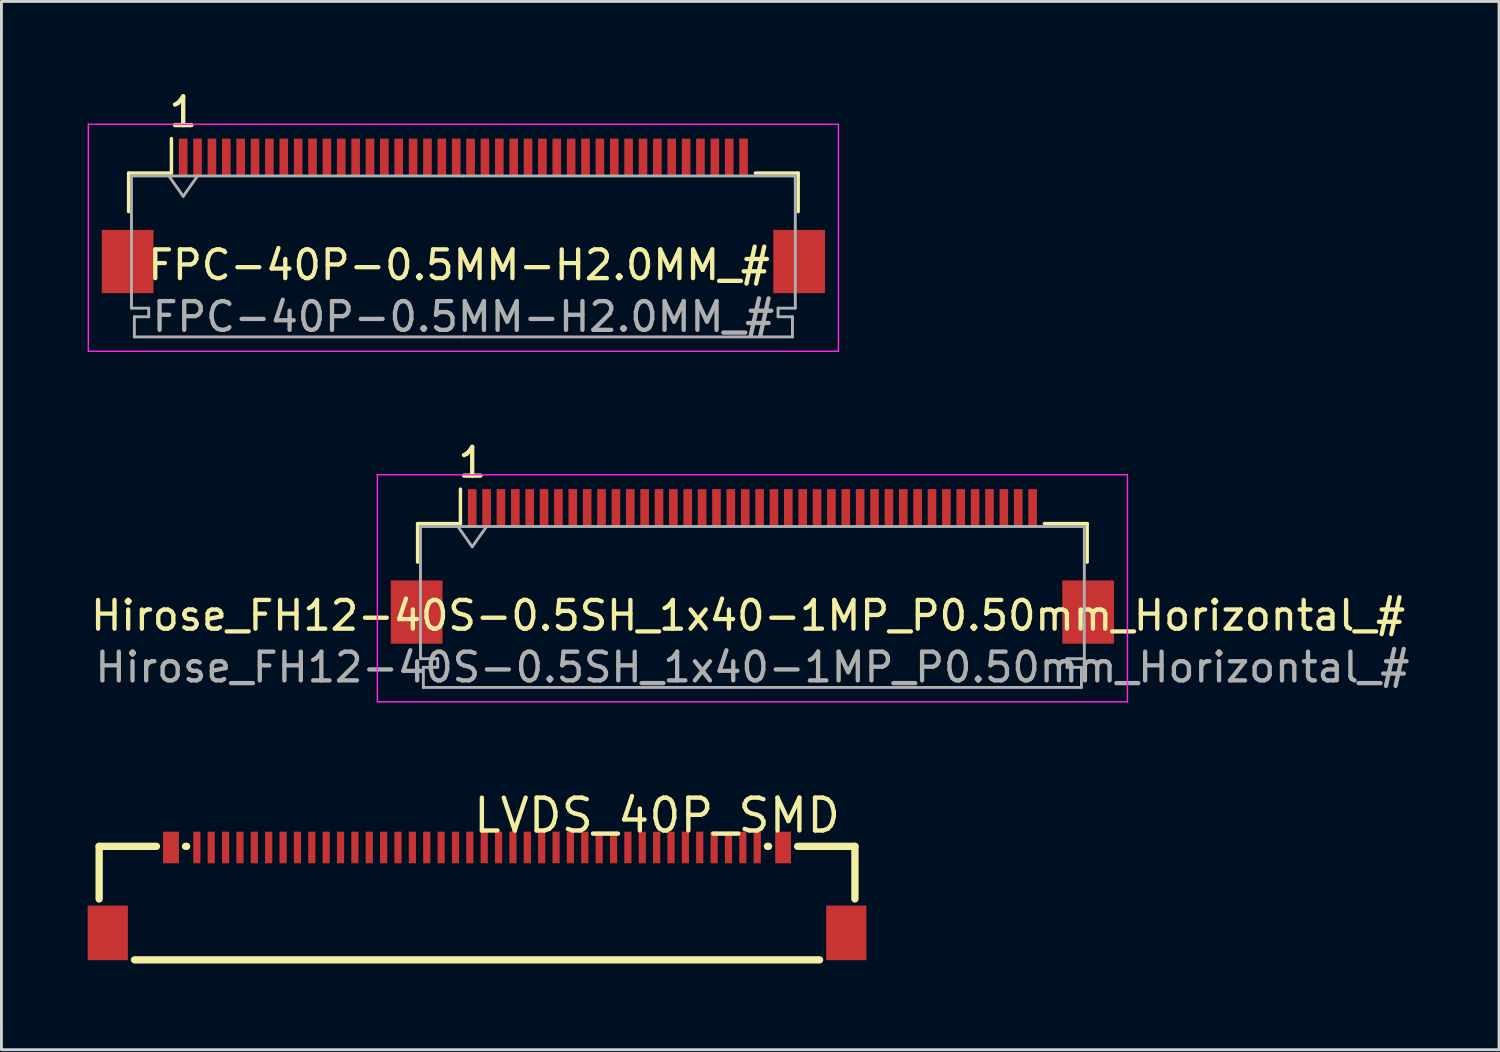
<source format=kicad_pcb>
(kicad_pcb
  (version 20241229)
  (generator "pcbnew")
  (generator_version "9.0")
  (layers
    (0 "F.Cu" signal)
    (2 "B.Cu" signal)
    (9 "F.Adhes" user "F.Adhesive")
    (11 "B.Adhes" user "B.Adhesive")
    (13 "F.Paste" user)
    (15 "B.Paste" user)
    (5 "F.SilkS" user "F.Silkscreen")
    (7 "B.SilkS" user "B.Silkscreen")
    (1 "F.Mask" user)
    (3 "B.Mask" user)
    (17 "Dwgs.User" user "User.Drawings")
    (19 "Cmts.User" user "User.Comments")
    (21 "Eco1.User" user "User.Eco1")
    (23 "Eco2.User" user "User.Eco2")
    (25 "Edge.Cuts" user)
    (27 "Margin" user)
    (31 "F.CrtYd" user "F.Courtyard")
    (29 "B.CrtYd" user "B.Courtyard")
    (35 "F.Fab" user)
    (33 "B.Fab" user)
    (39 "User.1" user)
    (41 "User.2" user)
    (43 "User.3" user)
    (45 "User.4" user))
  (footprint "Hirose_FH12-40S-0.5SH_1x40-1MP_P0.50mm_Horizontal_#"
    (layer "F.Cu")
    (at 23.132 16.471)
    (property "Reference" "Hirose_FH12-40S-0.5SH_1x40-1MP_P0.50mm_Horizontal_#" (at -0.15 1.9 0) (layer "F.SilkS") (effects (font (size 1 1) (thickness 0.15))))
    (attr smd)
    (fp_line (start -11.65 -1.3) (end -11.65 0.04) (stroke (width 0.12) (type solid)) (layer "F.SilkS"))
    (fp_line (start -10.16 -1.3) (end -11.65 -1.3) (stroke (width 0.12) (type solid)) (layer "F.SilkS"))
    (fp_line (start -10.16 -1.3) (end -10.16 -2.5) (stroke (width 0.12) (type solid)) (layer "F.SilkS"))
    (fp_line (start 10.16 -1.3) (end 11.65 -1.3) (stroke (width 0.12) (type solid)) (layer "F.SilkS"))
    (fp_line (start 11.65 -1.3) (end 11.65 0.04) (stroke (width 0.12) (type solid)) (layer "F.SilkS"))
    (fp_line (start -13.05 -3) (end -13.05 4.9) (stroke (width 0.05) (type solid)) (layer "F.CrtYd"))
    (fp_line (start -13.05 4.9) (end 13.05 4.9) (stroke (width 0.05) (type solid)) (layer "F.CrtYd"))
    (fp_line (start 13.05 -3) (end -13.05 -3) (stroke (width 0.05) (type solid)) (layer "F.CrtYd"))
    (fp_line (start 13.05 4.9) (end 13.05 -3) (stroke (width 0.05) (type solid)) (layer "F.CrtYd"))
    (fp_line (start -11.55 -1.2) (end -11.55 3.4) (stroke (width 0.1) (type solid)) (layer "F.Fab"))
    (fp_line (start -11.55 3.4) (end -10.95 3.4) (stroke (width 0.1) (type solid)) (layer "F.Fab"))
    (fp_line (start -11.45 3.7) (end -11.45 4.4) (stroke (width 0.1) (type solid)) (layer "F.Fab"))
    (fp_line (start -11.45 4.4) (end 0 4.4) (stroke (width 0.1) (type solid)) (layer "F.Fab"))
    (fp_line (start -10.95 3.4) (end -10.95 3.7) (stroke (width 0.1) (type solid)) (layer "F.Fab"))
    (fp_line (start -10.95 3.7) (end -11.45 3.7) (stroke (width 0.1) (type solid)) (layer "F.Fab"))
    (fp_line (start -10.25 -1.2) (end -9.75 -0.493) (stroke (width 0.1) (type solid)) (layer "F.Fab"))
    (fp_line (start -9.75 -0.493) (end -9.25 -1.2) (stroke (width 0.1) (type solid)) (layer "F.Fab"))
    (fp_line (start 0 -1.2) (end -11.55 -1.2) (stroke (width 0.1) (type solid)) (layer "F.Fab"))
    (fp_line (start 0 -1.2) (end 11.55 -1.2) (stroke (width 0.1) (type solid)) (layer "F.Fab"))
    (fp_line (start 10.95 3.4) (end 10.95 3.7) (stroke (width 0.1) (type solid)) (layer "F.Fab"))
    (fp_line (start 10.95 3.7) (end 11.45 3.7) (stroke (width 0.1) (type solid)) (layer "F.Fab"))
    (fp_line (start 11.45 3.7) (end 11.45 4.4) (stroke (width 0.1) (type solid)) (layer "F.Fab"))
    (fp_line (start 11.45 4.4) (end 0 4.4) (stroke (width 0.1) (type solid)) (layer "F.Fab"))
    (fp_line (start 11.55 -1.2) (end 11.55 3.4) (stroke (width 0.1) (type solid)) (layer "F.Fab"))
    (fp_line (start 11.55 3.4) (end 10.95 3.4) (stroke (width 0.1) (type solid)) (layer "F.Fab"))
    (fp_text user "1" (at -9.75 -3.425 0) (layer "F.SilkS") (effects (font (size 1 1) (thickness 0.15))))
    (fp_text user "${REFERENCE}" (at 0 3.7 0) (layer "F.Fab") (effects (font (size 1 1) (thickness 0.15))))
    (pad "1" smd rect (at -9.75 -1.85) (size 0.3 1.3) (layers "F.Cu" "F.Mask" "F.Paste"))
    (pad "2" smd rect (at -9.25 -1.85) (size 0.3 1.3) (layers "F.Cu" "F.Mask" "F.Paste"))
    (pad "3" smd rect (at -8.75 -1.85) (size 0.3 1.3) (layers "F.Cu" "F.Mask" "F.Paste"))
    (pad "4" smd rect (at -8.25 -1.85) (size 0.3 1.3) (layers "F.Cu" "F.Mask" "F.Paste"))
    (pad "5" smd rect (at -7.75 -1.85) (size 0.3 1.3) (layers "F.Cu" "F.Mask" "F.Paste"))
    (pad "6" smd rect (at -7.25 -1.85) (size 0.3 1.3) (layers "F.Cu" "F.Mask" "F.Paste"))
    (pad "7" smd rect (at -6.75 -1.85) (size 0.3 1.3) (layers "F.Cu" "F.Mask" "F.Paste"))
    (pad "8" smd rect (at -6.25 -1.85) (size 0.3 1.3) (layers "F.Cu" "F.Mask" "F.Paste"))
    (pad "9" smd rect (at -5.75 -1.85) (size 0.3 1.3) (layers "F.Cu" "F.Mask" "F.Paste"))
    (pad "10" smd rect (at -5.25 -1.85) (size 0.3 1.3) (layers "F.Cu" "F.Mask" "F.Paste"))
    (pad "11" smd rect (at -4.75 -1.85) (size 0.3 1.3) (layers "F.Cu" "F.Mask" "F.Paste"))
    (pad "12" smd rect (at -4.25 -1.85) (size 0.3 1.3) (layers "F.Cu" "F.Mask" "F.Paste"))
    (pad "13" smd rect (at -3.75 -1.85) (size 0.3 1.3) (layers "F.Cu" "F.Mask" "F.Paste"))
    (pad "14" smd rect (at -3.25 -1.85) (size 0.3 1.3) (layers "F.Cu" "F.Mask" "F.Paste"))
    (pad "15" smd rect (at -2.75 -1.85) (size 0.3 1.3) (layers "F.Cu" "F.Mask" "F.Paste"))
    (pad "16" smd rect (at -2.25 -1.85) (size 0.3 1.3) (layers "F.Cu" "F.Mask" "F.Paste"))
    (pad "17" smd rect (at -1.75 -1.85) (size 0.3 1.3) (layers "F.Cu" "F.Mask" "F.Paste"))
    (pad "18" smd rect (at -1.25 -1.85) (size 0.3 1.3) (layers "F.Cu" "F.Mask" "F.Paste"))
    (pad "19" smd rect (at -0.75 -1.85) (size 0.3 1.3) (layers "F.Cu" "F.Mask" "F.Paste"))
    (pad "20" smd rect (at -0.25 -1.85) (size 0.3 1.3) (layers "F.Cu" "F.Mask" "F.Paste"))
    (pad "21" smd rect (at 0.25 -1.85) (size 0.3 1.3) (layers "F.Cu" "F.Mask" "F.Paste"))
    (pad "22" smd rect (at 0.75 -1.85) (size 0.3 1.3) (layers "F.Cu" "F.Mask" "F.Paste"))
    (pad "23" smd rect (at 1.25 -1.85) (size 0.3 1.3) (layers "F.Cu" "F.Mask" "F.Paste"))
    (pad "24" smd rect (at 1.75 -1.85) (size 0.3 1.3) (layers "F.Cu" "F.Mask" "F.Paste"))
    (pad "25" smd rect (at 2.25 -1.85) (size 0.3 1.3) (layers "F.Cu" "F.Mask" "F.Paste"))
    (pad "26" smd rect (at 2.75 -1.85) (size 0.3 1.3) (layers "F.Cu" "F.Mask" "F.Paste"))
    (pad "27" smd rect (at 3.25 -1.85) (size 0.3 1.3) (layers "F.Cu" "F.Mask" "F.Paste"))
    (pad "28" smd rect (at 3.75 -1.85) (size 0.3 1.3) (layers "F.Cu" "F.Mask" "F.Paste"))
    (pad "29" smd rect (at 4.25 -1.85) (size 0.3 1.3) (layers "F.Cu" "F.Mask" "F.Paste"))
    (pad "30" smd rect (at 4.75 -1.85) (size 0.3 1.3) (layers "F.Cu" "F.Mask" "F.Paste"))
    (pad "31" smd rect (at 5.25 -1.85) (size 0.3 1.3) (layers "F.Cu" "F.Mask" "F.Paste"))
    (pad "32" smd rect (at 5.75 -1.85) (size 0.3 1.3) (layers "F.Cu" "F.Mask" "F.Paste"))
    (pad "33" smd rect (at 6.25 -1.85) (size 0.3 1.3) (layers "F.Cu" "F.Mask" "F.Paste"))
    (pad "34" smd rect (at 6.75 -1.85) (size 0.3 1.3) (layers "F.Cu" "F.Mask" "F.Paste"))
    (pad "35" smd rect (at 7.25 -1.85) (size 0.3 1.3) (layers "F.Cu" "F.Mask" "F.Paste"))
    (pad "36" smd rect (at 7.75 -1.85) (size 0.3 1.3) (layers "F.Cu" "F.Mask" "F.Paste"))
    (pad "37" smd rect (at 8.25 -1.85) (size 0.3 1.3) (layers "F.Cu" "F.Mask" "F.Paste"))
    (pad "38" smd rect (at 8.75 -1.85) (size 0.3 1.3) (layers "F.Cu" "F.Mask" "F.Paste"))
    (pad "39" smd rect (at 9.25 -1.85) (size 0.3 1.3) (layers "F.Cu" "F.Mask" "F.Paste"))
    (pad "40" smd rect (at 9.75 -1.85) (size 0.3 1.3) (layers "F.Cu" "F.Mask" "F.Paste"))
    (pad "41" smd rect (at 11.684 1.778) (size 1.8 2.2) (layers "F.Cu" "F.Mask" "F.Paste"))
    (pad "42" smd rect (at -11.684 1.778) (size 1.8 2.2) (layers "F.Cu" "F.Mask" "F.Paste")))
  (footprint "LVDS_40P_SMD"
    (layer "F.Cu")
    (at 13.55 27.927)
    (property "Reference" "LVDS_40P_SMD" (at -0.204 -1.931 0) (unlocked yes) (layer "F.SilkS") (effects (font (size 1.143 1.143) (thickness 0.152)) (justify left bottom)))
    (fp_line (start -13.15 -1.526) (end -11.156 -1.526) (stroke (width 0.254) (type solid)) (layer "F.SilkS"))
    (fp_line (start -13.15 0.305) (end -13.15 -1.526) (stroke (width 0.254) (type solid)) (layer "F.SilkS"))
    (fp_line (start -11.919 2.424) (end 11.919 2.424) (stroke (width 0.254) (type solid)) (layer "F.SilkS"))
    (fp_line (start -10.144 -1.526) (end -10.106 -1.526) (stroke (width 0.254) (type solid)) (layer "F.SilkS"))
    (fp_line (start 10.106 -1.526) (end 10.144 -1.526) (stroke (width 0.254) (type solid)) (layer "F.SilkS"))
    (fp_line (start 11.156 -1.526) (end 13.15 -1.526) (stroke (width 0.254) (type solid)) (layer "F.SilkS"))
    (fp_line (start 13.15 0.305) (end 13.15 -1.526) (stroke (width 0.254) (type solid)) (layer "F.SilkS"))
    (pad "1" smd rect (at -9.75 -1.486) (size 0.25 1.1) (layers "F.Cu" "F.Mask" "F.Paste"))
    (pad "2" smd rect (at -9.25 -1.486) (size 0.25 1.1) (layers "F.Cu" "F.Mask" "F.Paste"))
    (pad "3" smd rect (at -8.75 -1.486) (size 0.25 1.1) (layers "F.Cu" "F.Mask" "F.Paste"))
    (pad "4" smd rect (at -8.25 -1.486) (size 0.25 1.1) (layers "F.Cu" "F.Mask" "F.Paste"))
    (pad "5" smd rect (at -7.75 -1.486) (size 0.25 1.1) (layers "F.Cu" "F.Mask" "F.Paste"))
    (pad "6" smd rect (at -7.25 -1.486) (size 0.25 1.1) (layers "F.Cu" "F.Mask" "F.Paste"))
    (pad "7" smd rect (at -6.75 -1.486) (size 0.25 1.1) (layers "F.Cu" "F.Mask" "F.Paste"))
    (pad "8" smd rect (at -6.25 -1.486) (size 0.25 1.1) (layers "F.Cu" "F.Mask" "F.Paste"))
    (pad "9" smd rect (at -5.75 -1.486) (size 0.25 1.1) (layers "F.Cu" "F.Mask" "F.Paste"))
    (pad "10" smd rect (at -5.25 -1.486) (size 0.25 1.1) (layers "F.Cu" "F.Mask" "F.Paste"))
    (pad "11" smd rect (at -4.75 -1.486) (size 0.25 1.1) (layers "F.Cu" "F.Mask" "F.Paste"))
    (pad "12" smd rect (at -4.25 -1.486) (size 0.25 1.1) (layers "F.Cu" "F.Mask" "F.Paste"))
    (pad "13" smd rect (at -3.75 -1.486) (size 0.25 1.1) (layers "F.Cu" "F.Mask" "F.Paste"))
    (pad "14" smd rect (at -3.25 -1.486) (size 0.25 1.1) (layers "F.Cu" "F.Mask" "F.Paste"))
    (pad "15" smd rect (at -2.75 -1.486) (size 0.25 1.1) (layers "F.Cu" "F.Mask" "F.Paste"))
    (pad "16" smd rect (at -2.25 -1.486) (size 0.25 1.1) (layers "F.Cu" "F.Mask" "F.Paste"))
    (pad "17" smd rect (at -1.75 -1.486) (size 0.25 1.1) (layers "F.Cu" "F.Mask" "F.Paste"))
    (pad "18" smd rect (at -1.25 -1.486) (size 0.25 1.1) (layers "F.Cu" "F.Mask" "F.Paste"))
    (pad "19" smd rect (at -0.75 -1.486) (size 0.25 1.1) (layers "F.Cu" "F.Mask" "F.Paste"))
    (pad "20" smd rect (at -0.25 -1.486) (size 0.25 1.1) (layers "F.Cu" "F.Mask" "F.Paste"))
    (pad "21" smd rect (at 0.25 -1.486) (size 0.25 1.1) (layers "F.Cu" "F.Mask" "F.Paste"))
    (pad "22" smd rect (at 0.75 -1.486) (size 0.25 1.1) (layers "F.Cu" "F.Mask" "F.Paste"))
    (pad "23" smd rect (at 1.25 -1.486) (size 0.25 1.1) (layers "F.Cu" "F.Mask" "F.Paste"))
    (pad "24" smd rect (at 1.75 -1.486) (size 0.25 1.1) (layers "F.Cu" "F.Mask" "F.Paste"))
    (pad "25" smd rect (at 2.25 -1.486) (size 0.25 1.1) (layers "F.Cu" "F.Mask" "F.Paste"))
    (pad "26" smd rect (at 2.75 -1.486) (size 0.25 1.1) (layers "F.Cu" "F.Mask" "F.Paste"))
    (pad "27" smd rect (at 3.25 -1.486) (size 0.25 1.1) (layers "F.Cu" "F.Mask" "F.Paste"))
    (pad "28" smd rect (at 3.75 -1.486) (size 0.25 1.1) (layers "F.Cu" "F.Mask" "F.Paste"))
    (pad "29" smd rect (at 4.25 -1.486) (size 0.25 1.1) (layers "F.Cu" "F.Mask" "F.Paste"))
    (pad "30" smd rect (at 4.75 -1.486) (size 0.25 1.1) (layers "F.Cu" "F.Mask" "F.Paste"))
    (pad "31" smd rect (at 5.25 -1.486) (size 0.25 1.1) (layers "F.Cu" "F.Mask" "F.Paste"))
    (pad "32" smd rect (at 5.75 -1.486) (size 0.25 1.1) (layers "F.Cu" "F.Mask" "F.Paste"))
    (pad "33" smd rect (at 6.25 -1.486) (size 0.25 1.1) (layers "F.Cu" "F.Mask" "F.Paste"))
    (pad "34" smd rect (at 6.75 -1.486) (size 0.25 1.1) (layers "F.Cu" "F.Mask" "F.Paste"))
    (pad "35" smd rect (at 7.25 -1.486) (size 0.25 1.1) (layers "F.Cu" "F.Mask" "F.Paste"))
    (pad "36" smd rect (at 7.75 -1.486) (size 0.25 1.1) (layers "F.Cu" "F.Mask" "F.Paste"))
    (pad "37" smd rect (at 8.25 -1.486) (size 0.25 1.1) (layers "F.Cu" "F.Mask" "F.Paste"))
    (pad "38" smd rect (at 8.75 -1.486) (size 0.25 1.1) (layers "F.Cu" "F.Mask" "F.Paste"))
    (pad "39" smd rect (at 9.25 -1.486) (size 0.25 1.1) (layers "F.Cu" "F.Mask" "F.Paste"))
    (pad "40" smd rect (at 9.75 -1.486) (size 0.25 1.1) (layers "F.Cu" "F.Mask" "F.Paste"))
    (pad "41" smd rect (at -12.85 1.486) (size 1.4 1.9) (layers "F.Cu" "F.Mask" "F.Paste"))
    (pad "42" smd rect (at 12.85 1.486) (size 1.4 1.9) (layers "F.Cu" "F.Mask" "F.Paste"))
    (pad "43" smd rect (at -10.65 -1.486) (size 0.55 1.1) (layers "F.Cu" "F.Mask" "F.Paste"))
    (pad "44" smd rect (at 10.65 -1.486) (size 0.55 1.1) (layers "F.Cu" "F.Mask" "F.Paste")))
  (footprint "FPC-40P-0.5MM-H2.0MM_#"
    (layer "F.Cu")
    (at 13.075 4.273)
    (property "Reference" "FPC-40P-0.5MM-H2.0MM_#" (at -0.15 1.9 0) (layer "F.SilkS") (effects (font (size 1 1) (thickness 0.15))))
    (attr smd)
    (fp_line (start -11.65 -1.3) (end -11.65 0.04) (stroke (width 0.12) (type solid)) (layer "F.SilkS"))
    (fp_line (start -10.16 -1.3) (end -11.65 -1.3) (stroke (width 0.12) (type solid)) (layer "F.SilkS"))
    (fp_line (start -10.16 -1.3) (end -10.16 -2.5) (stroke (width 0.12) (type solid)) (layer "F.SilkS"))
    (fp_line (start 10.16 -1.3) (end 11.65 -1.3) (stroke (width 0.12) (type solid)) (layer "F.SilkS"))
    (fp_line (start 11.65 -1.3) (end 11.65 0.04) (stroke (width 0.12) (type solid)) (layer "F.SilkS"))
    (fp_line (start -13.05 -3) (end -13.05 4.9) (stroke (width 0.05) (type solid)) (layer "F.CrtYd"))
    (fp_line (start -13.05 4.9) (end 13.05 4.9) (stroke (width 0.05) (type solid)) (layer "F.CrtYd"))
    (fp_line (start 13.05 -3) (end -13.05 -3) (stroke (width 0.05) (type solid)) (layer "F.CrtYd"))
    (fp_line (start 13.05 4.9) (end 13.05 -3) (stroke (width 0.05) (type solid)) (layer "F.CrtYd"))
    (fp_line (start -11.55 -1.2) (end -11.55 3.4) (stroke (width 0.1) (type solid)) (layer "F.Fab"))
    (fp_line (start -11.55 3.4) (end -10.95 3.4) (stroke (width 0.1) (type solid)) (layer "F.Fab"))
    (fp_line (start -11.45 3.7) (end -11.45 4.4) (stroke (width 0.1) (type solid)) (layer "F.Fab"))
    (fp_line (start -11.45 4.4) (end 0 4.4) (stroke (width 0.1) (type solid)) (layer "F.Fab"))
    (fp_line (start -10.95 3.4) (end -10.95 3.7) (stroke (width 0.1) (type solid)) (layer "F.Fab"))
    (fp_line (start -10.95 3.7) (end -11.45 3.7) (stroke (width 0.1) (type solid)) (layer "F.Fab"))
    (fp_line (start -10.25 -1.2) (end -9.75 -0.493) (stroke (width 0.1) (type solid)) (layer "F.Fab"))
    (fp_line (start -9.75 -0.493) (end -9.25 -1.2) (stroke (width 0.1) (type solid)) (layer "F.Fab"))
    (fp_line (start 0 -1.2) (end -11.55 -1.2) (stroke (width 0.1) (type solid)) (layer "F.Fab"))
    (fp_line (start 0 -1.2) (end 11.55 -1.2) (stroke (width 0.1) (type solid)) (layer "F.Fab"))
    (fp_line (start 10.95 3.4) (end 10.95 3.7) (stroke (width 0.1) (type solid)) (layer "F.Fab"))
    (fp_line (start 10.95 3.7) (end 11.45 3.7) (stroke (width 0.1) (type solid)) (layer "F.Fab"))
    (fp_line (start 11.45 3.7) (end 11.45 4.4) (stroke (width 0.1) (type solid)) (layer "F.Fab"))
    (fp_line (start 11.45 4.4) (end 0 4.4) (stroke (width 0.1) (type solid)) (layer "F.Fab"))
    (fp_line (start 11.55 -1.2) (end 11.55 3.4) (stroke (width 0.1) (type solid)) (layer "F.Fab"))
    (fp_line (start 11.55 3.4) (end 10.95 3.4) (stroke (width 0.1) (type solid)) (layer "F.Fab"))
    (fp_text user "1" (at -9.75 -3.425 0) (layer "F.SilkS") (effects (font (size 1 1) (thickness 0.15))))
    (fp_text user "${REFERENCE}" (at 0 3.7 0) (layer "F.Fab") (effects (font (size 1 1) (thickness 0.15))))
    (pad "1" smd rect (at -9.75 -1.85) (size 0.3 1.3) (layers "F.Cu" "F.Mask" "F.Paste"))
    (pad "2" smd rect (at -9.25 -1.85) (size 0.3 1.3) (layers "F.Cu" "F.Mask" "F.Paste"))
    (pad "3" smd rect (at -8.75 -1.85) (size 0.3 1.3) (layers "F.Cu" "F.Mask" "F.Paste"))
    (pad "4" smd rect (at -8.25 -1.85) (size 0.3 1.3) (layers "F.Cu" "F.Mask" "F.Paste"))
    (pad "5" smd rect (at -7.75 -1.85) (size 0.3 1.3) (layers "F.Cu" "F.Mask" "F.Paste"))
    (pad "6" smd rect (at -7.25 -1.85) (size 0.3 1.3) (layers "F.Cu" "F.Mask" "F.Paste"))
    (pad "7" smd rect (at -6.75 -1.85) (size 0.3 1.3) (layers "F.Cu" "F.Mask" "F.Paste"))
    (pad "8" smd rect (at -6.25 -1.85) (size 0.3 1.3) (layers "F.Cu" "F.Mask" "F.Paste"))
    (pad "9" smd rect (at -5.75 -1.85) (size 0.3 1.3) (layers "F.Cu" "F.Mask" "F.Paste"))
    (pad "10" smd rect (at -5.25 -1.85) (size 0.3 1.3) (layers "F.Cu" "F.Mask" "F.Paste"))
    (pad "11" smd rect (at -4.75 -1.85) (size 0.3 1.3) (layers "F.Cu" "F.Mask" "F.Paste"))
    (pad "12" smd rect (at -4.25 -1.85) (size 0.3 1.3) (layers "F.Cu" "F.Mask" "F.Paste"))
    (pad "13" smd rect (at -3.75 -1.85) (size 0.3 1.3) (layers "F.Cu" "F.Mask" "F.Paste"))
    (pad "14" smd rect (at -3.25 -1.85) (size 0.3 1.3) (layers "F.Cu" "F.Mask" "F.Paste"))
    (pad "15" smd rect (at -2.75 -1.85) (size 0.3 1.3) (layers "F.Cu" "F.Mask" "F.Paste"))
    (pad "16" smd rect (at -2.25 -1.85) (size 0.3 1.3) (layers "F.Cu" "F.Mask" "F.Paste"))
    (pad "17" smd rect (at -1.75 -1.85) (size 0.3 1.3) (layers "F.Cu" "F.Mask" "F.Paste"))
    (pad "18" smd rect (at -1.25 -1.85) (size 0.3 1.3) (layers "F.Cu" "F.Mask" "F.Paste"))
    (pad "19" smd rect (at -0.75 -1.85) (size 0.3 1.3) (layers "F.Cu" "F.Mask" "F.Paste"))
    (pad "20" smd rect (at -0.25 -1.85) (size 0.3 1.3) (layers "F.Cu" "F.Mask" "F.Paste"))
    (pad "21" smd rect (at 0.25 -1.85) (size 0.3 1.3) (layers "F.Cu" "F.Mask" "F.Paste"))
    (pad "22" smd rect (at 0.75 -1.85) (size 0.3 1.3) (layers "F.Cu" "F.Mask" "F.Paste"))
    (pad "23" smd rect (at 1.25 -1.85) (size 0.3 1.3) (layers "F.Cu" "F.Mask" "F.Paste"))
    (pad "24" smd rect (at 1.75 -1.85) (size 0.3 1.3) (layers "F.Cu" "F.Mask" "F.Paste"))
    (pad "25" smd rect (at 2.25 -1.85) (size 0.3 1.3) (layers "F.Cu" "F.Mask" "F.Paste"))
    (pad "26" smd rect (at 2.75 -1.85) (size 0.3 1.3) (layers "F.Cu" "F.Mask" "F.Paste"))
    (pad "27" smd rect (at 3.25 -1.85) (size 0.3 1.3) (layers "F.Cu" "F.Mask" "F.Paste"))
    (pad "28" smd rect (at 3.75 -1.85) (size 0.3 1.3) (layers "F.Cu" "F.Mask" "F.Paste"))
    (pad "29" smd rect (at 4.25 -1.85) (size 0.3 1.3) (layers "F.Cu" "F.Mask" "F.Paste"))
    (pad "30" smd rect (at 4.75 -1.85) (size 0.3 1.3) (layers "F.Cu" "F.Mask" "F.Paste"))
    (pad "31" smd rect (at 5.25 -1.85) (size 0.3 1.3) (layers "F.Cu" "F.Mask" "F.Paste"))
    (pad "32" smd rect (at 5.75 -1.85) (size 0.3 1.3) (layers "F.Cu" "F.Mask" "F.Paste"))
    (pad "33" smd rect (at 6.25 -1.85) (size 0.3 1.3) (layers "F.Cu" "F.Mask" "F.Paste"))
    (pad "34" smd rect (at 6.75 -1.85) (size 0.3 1.3) (layers "F.Cu" "F.Mask" "F.Paste"))
    (pad "35" smd rect (at 7.25 -1.85) (size 0.3 1.3) (layers "F.Cu" "F.Mask" "F.Paste"))
    (pad "36" smd rect (at 7.75 -1.85) (size 0.3 1.3) (layers "F.Cu" "F.Mask" "F.Paste"))
    (pad "37" smd rect (at 8.25 -1.85) (size 0.3 1.3) (layers "F.Cu" "F.Mask" "F.Paste"))
    (pad "38" smd rect (at 8.75 -1.85) (size 0.3 1.3) (layers "F.Cu" "F.Mask" "F.Paste"))
    (pad "39" smd rect (at 9.25 -1.85) (size 0.3 1.3) (layers "F.Cu" "F.Mask" "F.Paste"))
    (pad "40" smd rect (at 9.75 -1.85) (size 0.3 1.3) (layers "F.Cu" "F.Mask" "F.Paste"))
    (pad "41" smd rect (at 11.684 1.778) (size 1.8 2.2) (layers "F.Cu" "F.Mask" "F.Paste"))
    (pad "42" smd rect (at -11.684 1.778) (size 1.8 2.2) (layers "F.Cu" "F.Mask" "F.Paste")))
  (gr_rect
    (start -3 -3)
    (end 49.114 33.478)
    (stroke (width 0.1) (type default))
    (fill no)
    (layer "Edge.Cuts")))
</source>
